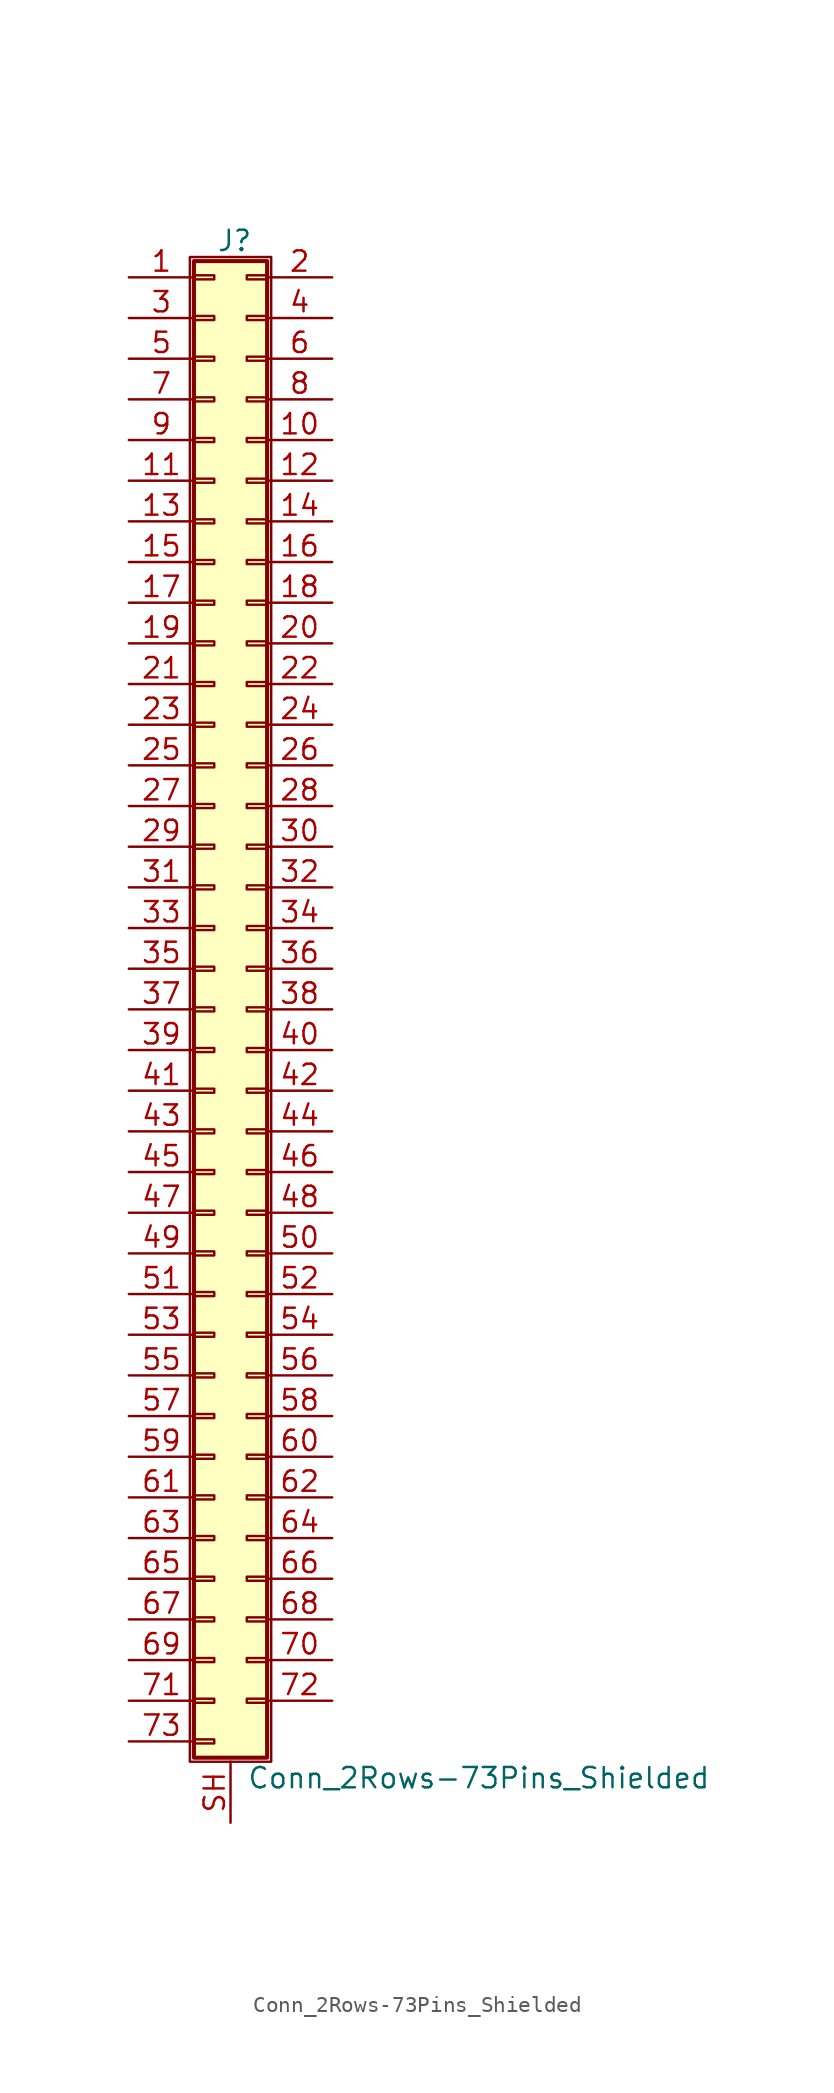
<source format=kicad_sym>
(kicad_symbol_lib
  (version 20200908)
  (generator kicad_symbol_editor)
  (symbol "Connector_Generic_Shielded:Conn_2Rows-73Pins_Shielded"
    (pin_names
      (offset 1.016) hide)
    (property "Reference" "J"
      (at 1.524 48.006 0)
      (effects (font (size 1.27 1.27))))
    (property "Value" "Conn_2Rows-73Pins_Shielded"
      (at 2.286 -48.006 0)
      (effects (font (size 1.27 1.27)) (justify left)))
    (symbol "Conn_2Rows-73Pins_Shielded_1_1"
      (rectangle (start -1.016 -27.813) (end 0.254 -28.067) (stroke (width 0.152)) (fill (type none)))
      (rectangle (start -1.016 -30.353) (end 0.254 -30.607) (stroke (width 0.152)) (fill (type none)))
      (rectangle (start -1.016 -32.893) (end 0.254 -33.147) (stroke (width 0.152)) (fill (type none)))
      (rectangle (start -1.016 -35.433) (end 0.254 -35.687) (stroke (width 0.152)) (fill (type none)))
      (rectangle (start -1.016 -37.973) (end 0.254 -38.227) (stroke (width 0.152)) (fill (type none)))
      (rectangle (start -1.016 -40.513) (end 0.254 -40.767) (stroke (width 0.152)) (fill (type none)))
      (rectangle (start -1.016 -43.053) (end 0.254 -43.307) (stroke (width 0.152)) (fill (type none)))
      (rectangle (start -1.016 -45.593) (end 0.254 -45.847) (stroke (width 0.152)) (fill (type none)))
      (rectangle (start -1.016 -4.953) (end 0.254 -5.207) (stroke (width 0.152)) (fill (type none)))
      (rectangle (start -1.016 -7.493) (end 0.254 -7.747) (stroke (width 0.152)) (fill (type none)))
      (rectangle (start -1.016 -10.033) (end 0.254 -10.287) (stroke (width 0.152)) (fill (type none)))
      (rectangle (start -1.016 -12.573) (end 0.254 -12.827) (stroke (width 0.152)) (fill (type none)))
      (rectangle (start -1.016 -15.113) (end 0.254 -15.367) (stroke (width 0.152)) (fill (type none)))
      (rectangle (start -1.016 -17.653) (end 0.254 -17.907) (stroke (width 0.152)) (fill (type none)))
      (rectangle (start -1.016 -20.193) (end 0.254 -20.447) (stroke (width 0.152)) (fill (type none)))
      (rectangle (start -1.016 -22.733) (end 0.254 -22.987) (stroke (width 0.152)) (fill (type none)))
      (rectangle (start -1.016 -2.413) (end 0.254 -2.667) (stroke (width 0.152)) (fill (type none)))
      (rectangle (start -1.016 -25.273) (end 0.254 -25.527) (stroke (width 0.152)) (fill (type none)))
      (rectangle (start -1.016 25.527) (end 0.254 25.273) (stroke (width 0.152)) (fill (type none)))
      (rectangle (start -1.016 2.667) (end 0.254 2.413) (stroke (width 0.152)) (fill (type none)))
      (rectangle (start -1.016 28.067) (end 0.254 27.813) (stroke (width 0.152)) (fill (type none)))
      (rectangle (start -1.016 30.607) (end 0.254 30.353) (stroke (width 0.152)) (fill (type none)))
      (rectangle (start -1.016 33.147) (end 0.254 32.893) (stroke (width 0.152)) (fill (type none)))
      (rectangle (start -1.016 35.687) (end 0.254 35.433) (stroke (width 0.152)) (fill (type none)))
      (rectangle (start -1.016 38.227) (end 0.254 37.973) (stroke (width 0.152)) (fill (type none)))
      (rectangle (start -1.016 40.767) (end 0.254 40.513) (stroke (width 0.152)) (fill (type none)))
      (rectangle (start -1.016 43.307) (end 0.254 43.053) (stroke (width 0.152)) (fill (type none)))
      (rectangle (start -1.016 45.847) (end 0.254 45.593) (stroke (width 0.152)) (fill (type none)))
      (rectangle (start -1.016 46.736) (end 3.556 -46.736) (stroke (width 0.254)) (fill (type background)))
      (rectangle (start -1.016 5.207) (end 0.254 4.953) (stroke (width 0.152)) (fill (type none)))
      (rectangle (start -1.016 7.747) (end 0.254 7.493) (stroke (width 0.152)) (fill (type none)))
      (rectangle (start -1.016 10.287) (end 0.254 10.033) (stroke (width 0.152)) (fill (type none)))
      (rectangle (start -1.016 0.127) (end 0.254 -0.127) (stroke (width 0.152)) (fill (type none)))
      (rectangle (start -1.016 12.827) (end 0.254 12.573) (stroke (width 0.152)) (fill (type none)))
      (rectangle (start -1.016 15.367) (end 0.254 15.113) (stroke (width 0.152)) (fill (type none)))
      (rectangle (start -1.016 17.907) (end 0.254 17.653) (stroke (width 0.152)) (fill (type none)))
      (rectangle (start -1.016 20.447) (end 0.254 20.193) (stroke (width 0.152)) (fill (type none)))
      (rectangle (start -1.016 22.987) (end 0.254 22.733) (stroke (width 0.152)) (fill (type none)))
      (rectangle (start -1.27 46.99) (end 3.81 -46.99) (stroke (width 0.152)) (fill (type none)))
      (rectangle (start 3.556 -27.813) (end 2.286 -28.067) (stroke (width 0.152)) (fill (type none)))
      (rectangle (start 3.556 -30.353) (end 2.286 -30.607) (stroke (width 0.152)) (fill (type none)))
      (rectangle (start 3.556 -32.893) (end 2.286 -33.147) (stroke (width 0.152)) (fill (type none)))
      (rectangle (start 3.556 -35.433) (end 2.286 -35.687) (stroke (width 0.152)) (fill (type none)))
      (rectangle (start 3.556 -37.973) (end 2.286 -38.227) (stroke (width 0.152)) (fill (type none)))
      (rectangle (start 3.556 -40.513) (end 2.286 -40.767) (stroke (width 0.152)) (fill (type none)))
      (rectangle (start 3.556 -43.053) (end 2.286 -43.307) (stroke (width 0.152)) (fill (type none)))
      (rectangle (start 3.556 -4.953) (end 2.286 -5.207) (stroke (width 0.152)) (fill (type none)))
      (rectangle (start 3.556 -7.493) (end 2.286 -7.747) (stroke (width 0.152)) (fill (type none)))
      (rectangle (start 3.556 -10.033) (end 2.286 -10.287) (stroke (width 0.152)) (fill (type none)))
      (rectangle (start 3.556 -12.573) (end 2.286 -12.827) (stroke (width 0.152)) (fill (type none)))
      (rectangle (start 3.556 -15.113) (end 2.286 -15.367) (stroke (width 0.152)) (fill (type none)))
      (rectangle (start 3.556 -17.653) (end 2.286 -17.907) (stroke (width 0.152)) (fill (type none)))
      (rectangle (start 3.556 -20.193) (end 2.286 -20.447) (stroke (width 0.152)) (fill (type none)))
      (rectangle (start 3.556 -22.733) (end 2.286 -22.987) (stroke (width 0.152)) (fill (type none)))
      (rectangle (start 3.556 -2.413) (end 2.286 -2.667) (stroke (width 0.152)) (fill (type none)))
      (rectangle (start 3.556 -25.273) (end 2.286 -25.527) (stroke (width 0.152)) (fill (type none)))
      (rectangle (start 3.556 25.527) (end 2.286 25.273) (stroke (width 0.152)) (fill (type none)))
      (rectangle (start 3.556 2.667) (end 2.286 2.413) (stroke (width 0.152)) (fill (type none)))
      (rectangle (start 3.556 28.067) (end 2.286 27.813) (stroke (width 0.152)) (fill (type none)))
      (rectangle (start 3.556 30.607) (end 2.286 30.353) (stroke (width 0.152)) (fill (type none)))
      (rectangle (start 3.556 33.147) (end 2.286 32.893) (stroke (width 0.152)) (fill (type none)))
      (rectangle (start 3.556 35.687) (end 2.286 35.433) (stroke (width 0.152)) (fill (type none)))
      (rectangle (start 3.556 38.227) (end 2.286 37.973) (stroke (width 0.152)) (fill (type none)))
      (rectangle (start 3.556 40.767) (end 2.286 40.513) (stroke (width 0.152)) (fill (type none)))
      (rectangle (start 3.556 43.307) (end 2.286 43.053) (stroke (width 0.152)) (fill (type none)))
      (rectangle (start 3.556 45.847) (end 2.286 45.593) (stroke (width 0.152)) (fill (type none)))
      (rectangle (start 3.556 5.207) (end 2.286 4.953) (stroke (width 0.152)) (fill (type none)))
      (rectangle (start 3.556 7.747) (end 2.286 7.493) (stroke (width 0.152)) (fill (type none)))
      (rectangle (start 3.556 10.287) (end 2.286 10.033) (stroke (width 0.152)) (fill (type none)))
      (rectangle (start 3.556 0.127) (end 2.286 -0.127) (stroke (width 0.152)) (fill (type none)))
      (rectangle (start 3.556 12.827) (end 2.286 12.573) (stroke (width 0.152)) (fill (type none)))
      (rectangle (start 3.556 15.367) (end 2.286 15.113) (stroke (width 0.152)) (fill (type none)))
      (rectangle (start 3.556 17.907) (end 2.286 17.653) (stroke (width 0.152)) (fill (type none)))
      (rectangle (start 3.556 20.447) (end 2.286 20.193) (stroke (width 0.152)) (fill (type none)))
      (rectangle (start 3.556 22.987) (end 2.286 22.733) (stroke (width 0.152)) (fill (type none)))
      (pin passive line (at -5.08 45.72 0) (length 4.064) (name "Pin_1" (effects (font (size 1.27 1.27)))) (number "1" (effects (font (size 1.27 1.27)))))
      (pin passive line (at 7.62 35.56 180) (length 4.064) (name "Pin_10" (effects (font (size 1.27 1.27)))) (number "10" (effects (font (size 1.27 1.27)))))
      (pin passive line (at -5.08 33.02 0) (length 4.064) (name "Pin_11" (effects (font (size 1.27 1.27)))) (number "11" (effects (font (size 1.27 1.27)))))
      (pin passive line (at 7.62 33.02 180) (length 4.064) (name "Pin_12" (effects (font (size 1.27 1.27)))) (number "12" (effects (font (size 1.27 1.27)))))
      (pin passive line (at -5.08 30.48 0) (length 4.064) (name "Pin_13" (effects (font (size 1.27 1.27)))) (number "13" (effects (font (size 1.27 1.27)))))
      (pin passive line (at 7.62 30.48 180) (length 4.064) (name "Pin_14" (effects (font (size 1.27 1.27)))) (number "14" (effects (font (size 1.27 1.27)))))
      (pin passive line (at -5.08 27.94 0) (length 4.064) (name "Pin_15" (effects (font (size 1.27 1.27)))) (number "15" (effects (font (size 1.27 1.27)))))
      (pin passive line (at 7.62 27.94 180) (length 4.064) (name "Pin_16" (effects (font (size 1.27 1.27)))) (number "16" (effects (font (size 1.27 1.27)))))
      (pin passive line (at -5.08 25.4 0) (length 4.064) (name "Pin_17" (effects (font (size 1.27 1.27)))) (number "17" (effects (font (size 1.27 1.27)))))
      (pin passive line (at 7.62 25.4 180) (length 4.064) (name "Pin_18" (effects (font (size 1.27 1.27)))) (number "18" (effects (font (size 1.27 1.27)))))
      (pin passive line (at -5.08 22.86 0) (length 4.064) (name "Pin_19" (effects (font (size 1.27 1.27)))) (number "19" (effects (font (size 1.27 1.27)))))
      (pin passive line (at 7.62 45.72 180) (length 4.064) (name "Pin_2" (effects (font (size 1.27 1.27)))) (number "2" (effects (font (size 1.27 1.27)))))
      (pin passive line (at 7.62 22.86 180) (length 4.064) (name "Pin_20" (effects (font (size 1.27 1.27)))) (number "20" (effects (font (size 1.27 1.27)))))
      (pin passive line (at -5.08 20.32 0) (length 4.064) (name "Pin_21" (effects (font (size 1.27 1.27)))) (number "21" (effects (font (size 1.27 1.27)))))
      (pin passive line (at 7.62 20.32 180) (length 4.064) (name "Pin_22" (effects (font (size 1.27 1.27)))) (number "22" (effects (font (size 1.27 1.27)))))
      (pin passive line (at -5.08 17.78 0) (length 4.064) (name "Pin_23" (effects (font (size 1.27 1.27)))) (number "23" (effects (font (size 1.27 1.27)))))
      (pin passive line (at 7.62 17.78 180) (length 4.064) (name "Pin_24" (effects (font (size 1.27 1.27)))) (number "24" (effects (font (size 1.27 1.27)))))
      (pin passive line (at -5.08 15.24 0) (length 4.064) (name "Pin_25" (effects (font (size 1.27 1.27)))) (number "25" (effects (font (size 1.27 1.27)))))
      (pin passive line (at 7.62 15.24 180) (length 4.064) (name "Pin_26" (effects (font (size 1.27 1.27)))) (number "26" (effects (font (size 1.27 1.27)))))
      (pin passive line (at -5.08 12.7 0) (length 4.064) (name "Pin_27" (effects (font (size 1.27 1.27)))) (number "27" (effects (font (size 1.27 1.27)))))
      (pin passive line (at 7.62 12.7 180) (length 4.064) (name "Pin_28" (effects (font (size 1.27 1.27)))) (number "28" (effects (font (size 1.27 1.27)))))
      (pin passive line (at -5.08 10.16 0) (length 4.064) (name "Pin_29" (effects (font (size 1.27 1.27)))) (number "29" (effects (font (size 1.27 1.27)))))
      (pin passive line (at -5.08 43.18 0) (length 4.064) (name "Pin_3" (effects (font (size 1.27 1.27)))) (number "3" (effects (font (size 1.27 1.27)))))
      (pin passive line (at 7.62 10.16 180) (length 4.064) (name "Pin_30" (effects (font (size 1.27 1.27)))) (number "30" (effects (font (size 1.27 1.27)))))
      (pin passive line (at -5.08 7.62 0) (length 4.064) (name "Pin_31" (effects (font (size 1.27 1.27)))) (number "31" (effects (font (size 1.27 1.27)))))
      (pin passive line (at 7.62 7.62 180) (length 4.064) (name "Pin_32" (effects (font (size 1.27 1.27)))) (number "32" (effects (font (size 1.27 1.27)))))
      (pin passive line (at -5.08 5.08 0) (length 4.064) (name "Pin_33" (effects (font (size 1.27 1.27)))) (number "33" (effects (font (size 1.27 1.27)))))
      (pin passive line (at 7.62 5.08 180) (length 4.064) (name "Pin_34" (effects (font (size 1.27 1.27)))) (number "34" (effects (font (size 1.27 1.27)))))
      (pin passive line (at -5.08 2.54 0) (length 4.064) (name "Pin_35" (effects (font (size 1.27 1.27)))) (number "35" (effects (font (size 1.27 1.27)))))
      (pin passive line (at 7.62 2.54 180) (length 4.064) (name "Pin_36" (effects (font (size 1.27 1.27)))) (number "36" (effects (font (size 1.27 1.27)))))
      (pin passive line (at -5.08 0 0) (length 4.064) (name "Pin_37" (effects (font (size 1.27 1.27)))) (number "37" (effects (font (size 1.27 1.27)))))
      (pin passive line (at 7.62 0 180) (length 4.064) (name "Pin_38" (effects (font (size 1.27 1.27)))) (number "38" (effects (font (size 1.27 1.27)))))
      (pin passive line (at -5.08 -2.54 0) (length 4.064) (name "Pin_39" (effects (font (size 1.27 1.27)))) (number "39" (effects (font (size 1.27 1.27)))))
      (pin passive line (at 7.62 43.18 180) (length 4.064) (name "Pin_4" (effects (font (size 1.27 1.27)))) (number "4" (effects (font (size 1.27 1.27)))))
      (pin passive line (at 7.62 -2.54 180) (length 4.064) (name "Pin_40" (effects (font (size 1.27 1.27)))) (number "40" (effects (font (size 1.27 1.27)))))
      (pin passive line (at -5.08 -5.08 0) (length 4.064) (name "Pin_41" (effects (font (size 1.27 1.27)))) (number "41" (effects (font (size 1.27 1.27)))))
      (pin passive line (at 7.62 -5.08 180) (length 4.064) (name "Pin_42" (effects (font (size 1.27 1.27)))) (number "42" (effects (font (size 1.27 1.27)))))
      (pin passive line (at -5.08 -7.62 0) (length 4.064) (name "Pin_43" (effects (font (size 1.27 1.27)))) (number "43" (effects (font (size 1.27 1.27)))))
      (pin passive line (at 7.62 -7.62 180) (length 4.064) (name "Pin_44" (effects (font (size 1.27 1.27)))) (number "44" (effects (font (size 1.27 1.27)))))
      (pin passive line (at -5.08 -10.16 0) (length 4.064) (name "Pin_45" (effects (font (size 1.27 1.27)))) (number "45" (effects (font (size 1.27 1.27)))))
      (pin passive line (at 7.62 -10.16 180) (length 4.064) (name "Pin_46" (effects (font (size 1.27 1.27)))) (number "46" (effects (font (size 1.27 1.27)))))
      (pin passive line (at -5.08 -12.7 0) (length 4.064) (name "Pin_47" (effects (font (size 1.27 1.27)))) (number "47" (effects (font (size 1.27 1.27)))))
      (pin passive line (at 7.62 -12.7 180) (length 4.064) (name "Pin_48" (effects (font (size 1.27 1.27)))) (number "48" (effects (font (size 1.27 1.27)))))
      (pin passive line (at -5.08 -15.24 0) (length 4.064) (name "Pin_49" (effects (font (size 1.27 1.27)))) (number "49" (effects (font (size 1.27 1.27)))))
      (pin passive line (at -5.08 40.64 0) (length 4.064) (name "Pin_5" (effects (font (size 1.27 1.27)))) (number "5" (effects (font (size 1.27 1.27)))))
      (pin passive line (at 7.62 -15.24 180) (length 4.064) (name "Pin_50" (effects (font (size 1.27 1.27)))) (number "50" (effects (font (size 1.27 1.27)))))
      (pin passive line (at -5.08 -17.78 0) (length 4.064) (name "Pin_51" (effects (font (size 1.27 1.27)))) (number "51" (effects (font (size 1.27 1.27)))))
      (pin passive line (at 7.62 -17.78 180) (length 4.064) (name "Pin_52" (effects (font (size 1.27 1.27)))) (number "52" (effects (font (size 1.27 1.27)))))
      (pin passive line (at -5.08 -20.32 0) (length 4.064) (name "Pin_53" (effects (font (size 1.27 1.27)))) (number "53" (effects (font (size 1.27 1.27)))))
      (pin passive line (at 7.62 -20.32 180) (length 4.064) (name "Pin_54" (effects (font (size 1.27 1.27)))) (number "54" (effects (font (size 1.27 1.27)))))
      (pin passive line (at -5.08 -22.86 0) (length 4.064) (name "Pin_55" (effects (font (size 1.27 1.27)))) (number "55" (effects (font (size 1.27 1.27)))))
      (pin passive line (at 7.62 -22.86 180) (length 4.064) (name "Pin_56" (effects (font (size 1.27 1.27)))) (number "56" (effects (font (size 1.27 1.27)))))
      (pin passive line (at -5.08 -25.4 0) (length 4.064) (name "Pin_57" (effects (font (size 1.27 1.27)))) (number "57" (effects (font (size 1.27 1.27)))))
      (pin passive line (at 7.62 -25.4 180) (length 4.064) (name "Pin_58" (effects (font (size 1.27 1.27)))) (number "58" (effects (font (size 1.27 1.27)))))
      (pin passive line (at -5.08 -27.94 0) (length 4.064) (name "Pin_59" (effects (font (size 1.27 1.27)))) (number "59" (effects (font (size 1.27 1.27)))))
      (pin passive line (at 7.62 40.64 180) (length 4.064) (name "Pin_6" (effects (font (size 1.27 1.27)))) (number "6" (effects (font (size 1.27 1.27)))))
      (pin passive line (at 7.62 -27.94 180) (length 4.064) (name "Pin_60" (effects (font (size 1.27 1.27)))) (number "60" (effects (font (size 1.27 1.27)))))
      (pin passive line (at -5.08 -30.48 0) (length 4.064) (name "Pin_61" (effects (font (size 1.27 1.27)))) (number "61" (effects (font (size 1.27 1.27)))))
      (pin passive line (at 7.62 -30.48 180) (length 4.064) (name "Pin_62" (effects (font (size 1.27 1.27)))) (number "62" (effects (font (size 1.27 1.27)))))
      (pin passive line (at -5.08 -33.02 0) (length 4.064) (name "Pin_63" (effects (font (size 1.27 1.27)))) (number "63" (effects (font (size 1.27 1.27)))))
      (pin passive line (at 7.62 -33.02 180) (length 4.064) (name "Pin_64" (effects (font (size 1.27 1.27)))) (number "64" (effects (font (size 1.27 1.27)))))
      (pin passive line (at -5.08 -35.56 0) (length 4.064) (name "Pin_65" (effects (font (size 1.27 1.27)))) (number "65" (effects (font (size 1.27 1.27)))))
      (pin passive line (at 7.62 -35.56 180) (length 4.064) (name "Pin_66" (effects (font (size 1.27 1.27)))) (number "66" (effects (font (size 1.27 1.27)))))
      (pin passive line (at -5.08 -38.1 0) (length 4.064) (name "Pin_67" (effects (font (size 1.27 1.27)))) (number "67" (effects (font (size 1.27 1.27)))))
      (pin passive line (at 7.62 -38.1 180) (length 4.064) (name "Pin_68" (effects (font (size 1.27 1.27)))) (number "68" (effects (font (size 1.27 1.27)))))
      (pin passive line (at -5.08 -40.64 0) (length 4.064) (name "Pin_69" (effects (font (size 1.27 1.27)))) (number "69" (effects (font (size 1.27 1.27)))))
      (pin passive line (at -5.08 38.1 0) (length 4.064) (name "Pin_7" (effects (font (size 1.27 1.27)))) (number "7" (effects (font (size 1.27 1.27)))))
      (pin passive line (at 7.62 -40.64 180) (length 4.064) (name "Pin_70" (effects (font (size 1.27 1.27)))) (number "70" (effects (font (size 1.27 1.27)))))
      (pin passive line (at -5.08 -43.18 0) (length 4.064) (name "Pin_71" (effects (font (size 1.27 1.27)))) (number "71" (effects (font (size 1.27 1.27)))))
      (pin passive line (at 7.62 -43.18 180) (length 4.064) (name "Pin_72" (effects (font (size 1.27 1.27)))) (number "72" (effects (font (size 1.27 1.27)))))
      (pin passive line (at -5.08 -45.72 0) (length 4.064) (name "Pin_73" (effects (font (size 1.27 1.27)))) (number "73" (effects (font (size 1.27 1.27)))))
      (pin passive line (at 7.62 38.1 180) (length 4.064) (name "Pin_8" (effects (font (size 1.27 1.27)))) (number "8" (effects (font (size 1.27 1.27)))))
      (pin passive line (at -5.08 35.56 0) (length 4.064) (name "Pin_9" (effects (font (size 1.27 1.27)))) (number "9" (effects (font (size 1.27 1.27)))))
      (pin passive line (at 1.27 -50.8 90) (length 3.81) (name "Shield" (effects (font (size 1.27 1.27)))) (number "SH" (effects (font (size 1.27 1.27))))))))
</source>
